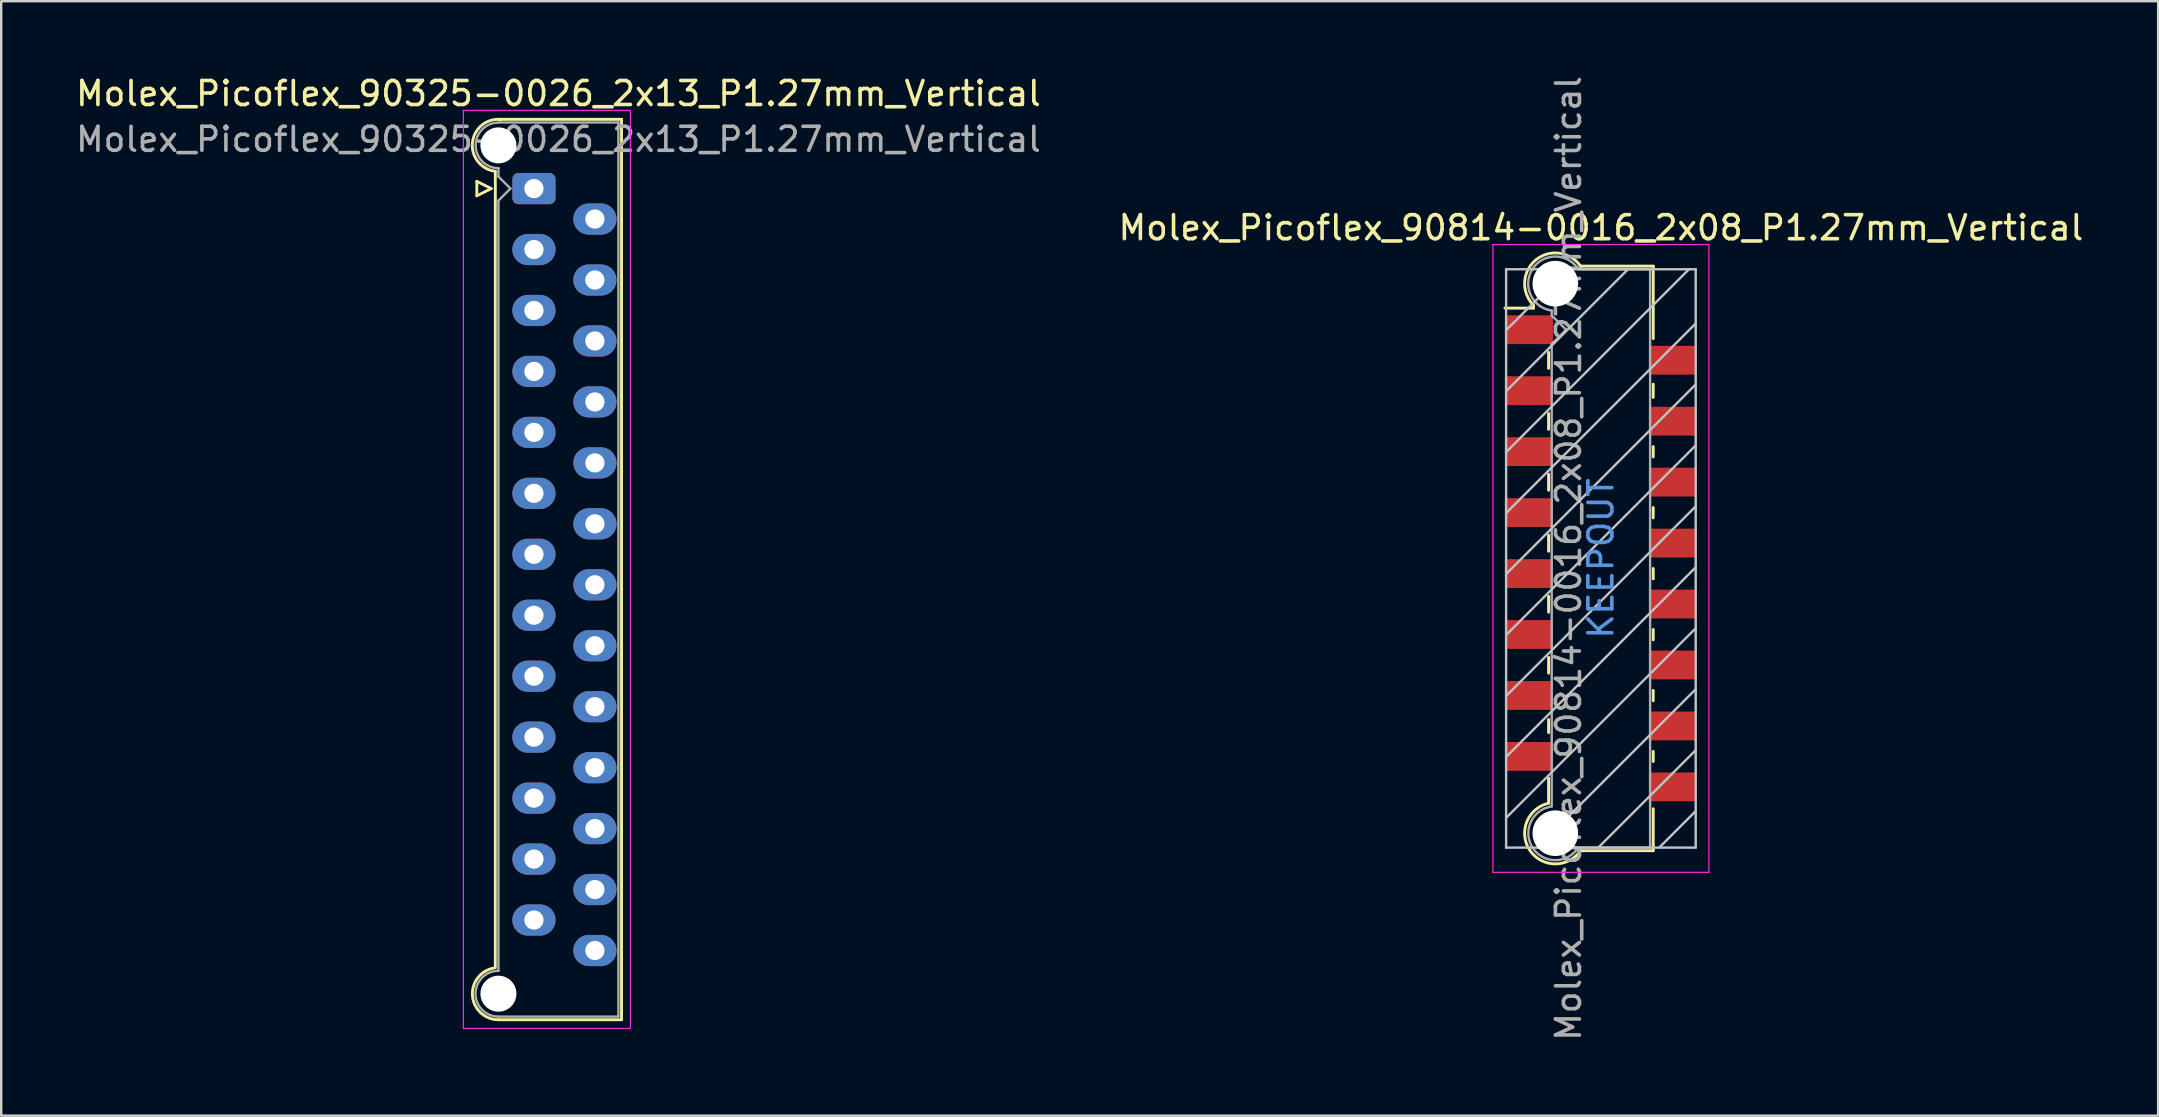
<source format=kicad_pcb>
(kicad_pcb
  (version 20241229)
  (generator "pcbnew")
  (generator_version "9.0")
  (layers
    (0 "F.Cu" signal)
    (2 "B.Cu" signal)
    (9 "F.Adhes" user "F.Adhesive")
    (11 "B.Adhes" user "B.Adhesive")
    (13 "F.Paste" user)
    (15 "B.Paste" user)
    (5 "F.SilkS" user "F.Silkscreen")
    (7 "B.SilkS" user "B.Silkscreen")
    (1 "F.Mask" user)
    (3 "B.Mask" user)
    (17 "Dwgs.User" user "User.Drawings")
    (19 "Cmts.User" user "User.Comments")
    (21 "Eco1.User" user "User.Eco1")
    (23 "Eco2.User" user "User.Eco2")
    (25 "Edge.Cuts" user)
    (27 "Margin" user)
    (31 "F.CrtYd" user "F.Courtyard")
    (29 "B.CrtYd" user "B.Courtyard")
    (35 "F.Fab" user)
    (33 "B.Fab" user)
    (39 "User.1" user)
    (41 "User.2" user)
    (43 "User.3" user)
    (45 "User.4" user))
  (footprint "Molex_Picoflex_90325-0026_2x13_P1.27mm_Vertical"
    (layer "F.Cu")
    (at 19.2 4.808)
    (property "Reference" "Molex_Picoflex_90325-0026_2x13_P1.27mm_Vertical" (at 1.02 -3.96 0) (layer "F.SilkS") (effects (font (size 1 1) (thickness 0.15))))
    (attr through_hole)
    (fp_line (start -2.38 -0.3) (end -2.38 0.3) (stroke (width 0.12) (type solid)) (layer "F.SilkS"))
    (fp_line (start -2.38 0.3) (end -1.78 0) (stroke (width 0.12) (type solid)) (layer "F.SilkS"))
    (fp_line (start -1.78 0) (end -2.38 -0.3) (stroke (width 0.12) (type solid)) (layer "F.SilkS"))
    (fp_line (start -1.61 -0.715) (end -1.61 32.465) (stroke (width 0.12) (type solid)) (layer "F.SilkS"))
    (fp_line (start -1.48 -2.885) (end 3.65 -2.885) (stroke (width 0.12) (type solid)) (layer "F.SilkS"))
    (fp_line (start 3.65 -2.885) (end 3.65 34.635) (stroke (width 0.12) (type solid)) (layer "F.SilkS"))
    (fp_line (start 3.65 34.635) (end -1.48 34.635) (stroke (width 0.12) (type solid)) (layer "F.SilkS"))
    (fp_arc (start -1.61 -0.72) (mid -2.56 -1.93) (end -1.35 -2.88) (stroke (width 0.12) (type solid)) (layer "F.SilkS"))
    (fp_arc (start -1.47 34.635) (mid -2.56 33.654526) (end -1.678256 32.48322) (stroke (width 0.12) (type solid)) (layer "F.SilkS"))
    (fp_line (start -2.94 -3.26) (end -2.94 35) (stroke (width 0.05) (type solid)) (layer "F.CrtYd"))
    (fp_line (start -2.94 35) (end 4.02 35) (stroke (width 0.05) (type solid)) (layer "F.CrtYd"))
    (fp_line (start 4.02 -3.26) (end -2.94 -3.26) (stroke (width 0.05) (type solid)) (layer "F.CrtYd"))
    (fp_line (start 4.02 35) (end 4.02 -3.26) (stroke (width 0.05) (type solid)) (layer "F.CrtYd"))
    (fp_line (start -1.48 -2.755) (end 3.52 -2.755) (stroke (width 0.1) (type solid)) (layer "F.Fab"))
    (fp_line (start -1.48 -0.845) (end -1.48 -0.5) (stroke (width 0.1) (type solid)) (layer "F.Fab"))
    (fp_line (start -1.48 -0.5) (end -0.98 0) (stroke (width 0.1) (type solid)) (layer "F.Fab"))
    (fp_line (start -1.48 0.5) (end -1.48 32.595) (stroke (width 0.1) (type solid)) (layer "F.Fab"))
    (fp_line (start -0.98 0) (end -1.48 0.5) (stroke (width 0.1) (type solid)) (layer "F.Fab"))
    (fp_line (start 3.52 -2.755) (end 3.52 34.505) (stroke (width 0.1) (type solid)) (layer "F.Fab"))
    (fp_line (start 3.52 34.505) (end -1.48 34.505) (stroke (width 0.1) (type solid)) (layer "F.Fab"))
    (fp_arc (start -1.48 -0.85) (mid -2.43 -1.8) (end -1.48 -2.75) (stroke (width 0.1) (type solid)) (layer "F.Fab"))
    (fp_arc (start -1.48 34.505) (mid -2.435 33.55) (end -1.48 32.595) (stroke (width 0.1) (type solid)) (layer "F.Fab"))
    (fp_text user "${REFERENCE}" (at 1.02 -2.05 0) (layer "F.Fab") (effects (font (size 1 1) (thickness 0.15))))
    (pad "" np_thru_hole circle (at -1.48 -1.8) (size 1.5 1.5) (drill 1.5) (layers "*.Cu" "*.Mask"))
    (pad "" np_thru_hole circle (at -1.48 33.55) (size 1.5 1.5) (drill 1.5) (layers "*.Cu" "*.Mask"))
    (pad "1" thru_hole roundrect (at 0 0) (size 1.8 1.3) (drill 0.8) (layers "*.Cu" "*.Mask") (roundrect_rratio 0.192))
    (pad "2" thru_hole oval (at 2.54 1.27) (size 1.8 1.3) (drill 0.8) (layers "*.Cu" "*.Mask"))
    (pad "3" thru_hole oval (at 0 2.54) (size 1.8 1.3) (drill 0.8) (layers "*.Cu" "*.Mask"))
    (pad "4" thru_hole oval (at 2.54 3.81) (size 1.8 1.3) (drill 0.8) (layers "*.Cu" "*.Mask"))
    (pad "5" thru_hole oval (at 0 5.08) (size 1.8 1.3) (drill 0.8) (layers "*.Cu" "*.Mask"))
    (pad "6" thru_hole oval (at 2.54 6.35) (size 1.8 1.3) (drill 0.8) (layers "*.Cu" "*.Mask"))
    (pad "7" thru_hole oval (at 0 7.62) (size 1.8 1.3) (drill 0.8) (layers "*.Cu" "*.Mask"))
    (pad "8" thru_hole oval (at 2.54 8.89) (size 1.8 1.3) (drill 0.8) (layers "*.Cu" "*.Mask"))
    (pad "9" thru_hole oval (at 0 10.16) (size 1.8 1.3) (drill 0.8) (layers "*.Cu" "*.Mask"))
    (pad "10" thru_hole oval (at 2.54 11.43) (size 1.8 1.3) (drill 0.8) (layers "*.Cu" "*.Mask"))
    (pad "11" thru_hole oval (at 0 12.7) (size 1.8 1.3) (drill 0.8) (layers "*.Cu" "*.Mask"))
    (pad "12" thru_hole oval (at 2.54 13.97) (size 1.8 1.3) (drill 0.8) (layers "*.Cu" "*.Mask"))
    (pad "13" thru_hole oval (at 0 15.24) (size 1.8 1.3) (drill 0.8) (layers "*.Cu" "*.Mask"))
    (pad "14" thru_hole oval (at 2.54 16.51) (size 1.8 1.3) (drill 0.8) (layers "*.Cu" "*.Mask"))
    (pad "15" thru_hole oval (at 0 17.78) (size 1.8 1.3) (drill 0.8) (layers "*.Cu" "*.Mask"))
    (pad "16" thru_hole oval (at 2.54 19.05) (size 1.8 1.3) (drill 0.8) (layers "*.Cu" "*.Mask"))
    (pad "17" thru_hole oval (at 0 20.32) (size 1.8 1.3) (drill 0.8) (layers "*.Cu" "*.Mask"))
    (pad "18" thru_hole oval (at 2.54 21.59) (size 1.8 1.3) (drill 0.8) (layers "*.Cu" "*.Mask"))
    (pad "19" thru_hole oval (at 0 22.86) (size 1.8 1.3) (drill 0.8) (layers "*.Cu" "*.Mask"))
    (pad "20" thru_hole oval (at 2.54 24.13) (size 1.8 1.3) (drill 0.8) (layers "*.Cu" "*.Mask"))
    (pad "21" thru_hole oval (at 0 25.4) (size 1.8 1.3) (drill 0.8) (layers "*.Cu" "*.Mask"))
    (pad "22" thru_hole oval (at 2.54 26.67) (size 1.8 1.3) (drill 0.8) (layers "*.Cu" "*.Mask"))
    (pad "23" thru_hole oval (at 0 27.94) (size 1.8 1.3) (drill 0.8) (layers "*.Cu" "*.Mask"))
    (pad "24" thru_hole oval (at 2.54 29.21) (size 1.8 1.3) (drill 0.8) (layers "*.Cu" "*.Mask"))
    (pad "25" thru_hole oval (at 0 30.48) (size 1.8 1.3) (drill 0.8) (layers "*.Cu" "*.Mask"))
    (pad "26" thru_hole oval (at 2.54 31.75) (size 1.8 1.3) (drill 0.8) (layers "*.Cu" "*.Mask")))
  (footprint "Molex_Picoflex_90814-0016_2x08_P1.27mm_Vertical"
    (layer "F.Cu")
    (at 63.661 20.22)
    (property "Reference" "Molex_Picoflex_90814-0016_2x08_P1.27mm_Vertical" (at 0 -13.78 0) (layer "F.SilkS") (effects (font (size 1 1) (thickness 0.15))))
    (attr smd)
    (fp_line (start -2.81 -10.55) (end -2.81 -10.43) (stroke (width 0.12) (type solid)) (layer "F.SilkS"))
    (fp_line (start -2.81 -10.43) (end -4 -10.43) (stroke (width 0.12) (type solid)) (layer "F.SilkS"))
    (fp_line (start -2.18 -7.92) (end -2.18 -8.59) (stroke (width 0.12) (type solid)) (layer "F.SilkS"))
    (fp_line (start -2.18 -5.38) (end -2.18 -6.04) (stroke (width 0.12) (type solid)) (layer "F.SilkS"))
    (fp_line (start -2.18 -2.84) (end -2.18 -3.51) (stroke (width 0.12) (type solid)) (layer "F.SilkS"))
    (fp_line (start -2.18 -0.3) (end -2.18 -0.97) (stroke (width 0.12) (type solid)) (layer "F.SilkS"))
    (fp_line (start -2.18 2.24) (end -2.18 1.57) (stroke (width 0.12) (type solid)) (layer "F.SilkS"))
    (fp_line (start -2.18 4.78) (end -2.18 4.12) (stroke (width 0.12) (type solid)) (layer "F.SilkS"))
    (fp_line (start -2.18 7.26) (end -2.18 6.71) (stroke (width 0.12) (type solid)) (layer "F.SilkS"))
    (fp_line (start -2.18 10.2) (end -2.18 9.16) (stroke (width 0.12) (type solid)) (layer "F.SilkS"))
    (fp_line (start 2.18 -12.18) (end -0.82 -12.18) (stroke (width 0.12) (type solid)) (layer "F.SilkS"))
    (fp_line (start 2.18 -12.18) (end 2.18 -9.16) (stroke (width 0.12) (type solid)) (layer "F.SilkS"))
    (fp_line (start 2.18 -7.26) (end 2.18 -6.71) (stroke (width 0.12) (type solid)) (layer "F.SilkS"))
    (fp_line (start 2.18 -4.66) (end 2.18 -4.23) (stroke (width 0.12) (type solid)) (layer "F.SilkS"))
    (fp_line (start 2.18 -2.12) (end 2.18 -1.69) (stroke (width 0.12) (type solid)) (layer "F.SilkS"))
    (fp_line (start 2.18 0.42) (end 2.18 0.85) (stroke (width 0.12) (type solid)) (layer "F.SilkS"))
    (fp_line (start 2.18 2.96) (end 2.18 3.39) (stroke (width 0.12) (type solid)) (layer "F.SilkS"))
    (fp_line (start 2.18 5.5) (end 2.18 5.93) (stroke (width 0.12) (type solid)) (layer "F.SilkS"))
    (fp_line (start 2.18 8.04) (end 2.18 8.46) (stroke (width 0.12) (type solid)) (layer "F.SilkS"))
    (fp_line (start 2.18 10.43) (end 2.18 12.18) (stroke (width 0.12) (type solid)) (layer "F.SilkS"))
    (fp_line (start 2.18 12.18) (end -0.85 12.18) (stroke (width 0.12) (type solid)) (layer "F.SilkS"))
    (fp_arc (start -2.81 -10.55) (mid -2.708637 -12.442072) (end -0.834991 -12.159828) (stroke (width 0.12) (type solid)) (layer "F.SilkS"))
    (fp_arc (start -0.85 12.18) (mid -2.962791 12.161248) (end -2.174424 10.200964) (stroke (width 0.12) (type solid)) (layer "F.SilkS"))
    (fp_line (start -3.95 -12.05) (end -3.95 12.05) (stroke (width 0.1) (type solid)) (layer "Dwgs.User"))
    (fp_line (start -3.95 -9.51) (end -1.41 -12.05) (stroke (width 0.1) (type solid)) (layer "Dwgs.User"))
    (fp_line (start -3.95 -6.97) (end 1.13 -12.05) (stroke (width 0.1) (type solid)) (layer "Dwgs.User"))
    (fp_line (start -3.95 -4.43) (end 3.67 -12.05) (stroke (width 0.1) (type solid)) (layer "Dwgs.User"))
    (fp_line (start -3.95 -1.89) (end 3.95 -9.79) (stroke (width 0.1) (type solid)) (layer "Dwgs.User"))
    (fp_line (start -3.95 0.65) (end 3.95 -7.25) (stroke (width 0.1) (type solid)) (layer "Dwgs.User"))
    (fp_line (start -3.95 3.19) (end 3.95 -4.71) (stroke (width 0.1) (type solid)) (layer "Dwgs.User"))
    (fp_line (start -3.95 5.73) (end 3.95 -2.17) (stroke (width 0.1) (type solid)) (layer "Dwgs.User"))
    (fp_line (start -3.95 8.27) (end 3.95 0.37) (stroke (width 0.1) (type solid)) (layer "Dwgs.User"))
    (fp_line (start -3.95 10.81) (end 3.95 2.91) (stroke (width 0.1) (type solid)) (layer "Dwgs.User"))
    (fp_line (start -3.95 12.05) (end 3.95 12.05) (stroke (width 0.1) (type solid)) (layer "Dwgs.User"))
    (fp_line (start -2.65 12.05) (end 3.95 5.45) (stroke (width 0.1) (type solid)) (layer "Dwgs.User"))
    (fp_line (start -0.11 12.05) (end 3.95 7.99) (stroke (width 0.1) (type solid)) (layer "Dwgs.User"))
    (fp_line (start 2.43 12.05) (end 3.95 10.53) (stroke (width 0.1) (type solid)) (layer "Dwgs.User"))
    (fp_line (start 3.95 -12.05) (end -3.95 -12.05) (stroke (width 0.1) (type solid)) (layer "Dwgs.User"))
    (fp_line (start 3.95 12.05) (end 3.95 -12.05) (stroke (width 0.1) (type solid)) (layer "Dwgs.User"))
    (fp_line (start -4.5 -13.08) (end -4.5 13.08) (stroke (width 0.05) (type solid)) (layer "F.CrtYd"))
    (fp_line (start -4.5 13.08) (end 4.5 13.08) (stroke (width 0.05) (type solid)) (layer "F.CrtYd"))
    (fp_line (start 4.5 -13.08) (end -4.5 -13.08) (stroke (width 0.05) (type solid)) (layer "F.CrtYd"))
    (fp_line (start 4.5 13.08) (end 4.5 -13.08) (stroke (width 0.05) (type solid)) (layer "F.CrtYd"))
    (fp_line (start -2.05 -10.12) (end -2.05 -10.33) (stroke (width 0.1) (type solid)) (layer "F.Fab"))
    (fp_line (start -2.05 -8.93) (end -1.45 -9.53) (stroke (width 0.1) (type solid)) (layer "F.Fab"))
    (fp_line (start -2.05 10.33) (end -2.05 -8.93) (stroke (width 0.1) (type solid)) (layer "F.Fab"))
    (fp_line (start -1.45 -9.53) (end -2.05 -10.12) (stroke (width 0.1) (type solid)) (layer "F.Fab"))
    (fp_line (start 2.05 -12.05) (end -0.93 -12.05) (stroke (width 0.1) (type solid)) (layer "F.Fab"))
    (fp_line (start 2.05 -12.05) (end 2.05 12.05) (stroke (width 0.1) (type solid)) (layer "F.Fab"))
    (fp_line (start 2.05 12.05) (end -0.95 12.05) (stroke (width 0.1) (type solid)) (layer "F.Fab"))
    (fp_arc (start -2.05 -10.33) (mid -2.851672 -12.059279) (end -0.945612 -12.055015) (stroke (width 0.1) (type solid)) (layer "F.Fab"))
    (fp_arc (start -0.95 12.05) (mid -2.845272 12.057422) (end -2.051022 10.336585) (stroke (width 0.1) (type solid)) (layer "F.Fab"))
    (fp_text user "KEEPOUT" (at 0 0 90) (layer "Cmts.User") (effects (font (size 1 1) (thickness 0.15))))
    (fp_text user "${REFERENCE}" (at -1.35 0 90) (layer "F.Fab") (effects (font (size 1 1) (thickness 0.15))))
    (pad "" np_thru_hole circle (at -1.9 -11.45) (size 1.9 1.9) (drill 1.9) (layers "*.Cu" "*.Mask"))
    (pad "" np_thru_hole circle (at -1.9 11.45) (size 1.9 1.9) (drill 1.9) (layers "*.Cu" "*.Mask"))
    (pad "1" smd rect (at -3 -9.53) (size 2 1.2) (layers "F.Cu" "F.Mask" "F.Paste"))
    (pad "2" smd rect (at 3 -8.26) (size 2 1.2) (layers "F.Cu" "F.Mask" "F.Paste"))
    (pad "3" smd rect (at -3 -6.99) (size 2 1.2) (layers "F.Cu" "F.Mask" "F.Paste"))
    (pad "4" smd rect (at 3 -5.72) (size 2 1.2) (layers "F.Cu" "F.Mask" "F.Paste"))
    (pad "5" smd rect (at -3 -4.45) (size 2 1.2) (layers "F.Cu" "F.Mask" "F.Paste"))
    (pad "6" smd rect (at 3 -3.18) (size 2 1.2) (layers "F.Cu" "F.Mask" "F.Paste"))
    (pad "7" smd rect (at -3 -1.91) (size 2 1.2) (layers "F.Cu" "F.Mask" "F.Paste"))
    (pad "8" smd rect (at 3 -0.64) (size 2 1.2) (layers "F.Cu" "F.Mask" "F.Paste"))
    (pad "9" smd rect (at -3 0.63) (size 2 1.2) (layers "F.Cu" "F.Mask" "F.Paste"))
    (pad "10" smd rect (at 3 1.9) (size 2 1.2) (layers "F.Cu" "F.Mask" "F.Paste"))
    (pad "11" smd rect (at -3 3.17) (size 2 1.2) (layers "F.Cu" "F.Mask" "F.Paste"))
    (pad "12" smd rect (at 3 4.44) (size 2 1.2) (layers "F.Cu" "F.Mask" "F.Paste"))
    (pad "13" smd rect (at -3 5.71) (size 2 1.2) (layers "F.Cu" "F.Mask" "F.Paste"))
    (pad "14" smd rect (at 3 6.98) (size 2 1.2) (layers "F.Cu" "F.Mask" "F.Paste"))
    (pad "15" smd rect (at -3 8.25) (size 2 1.2) (layers "F.Cu" "F.Mask" "F.Paste"))
    (pad "16" smd rect (at 3 9.52) (size 2 1.2) (layers "F.Cu" "F.Mask" "F.Paste")))
  (gr_rect
    (start -3 -3)
    (end 86.881 43.44)
    (stroke (width 0.1) (type default))
    (fill no)
    (layer "Edge.Cuts")))
</source>
